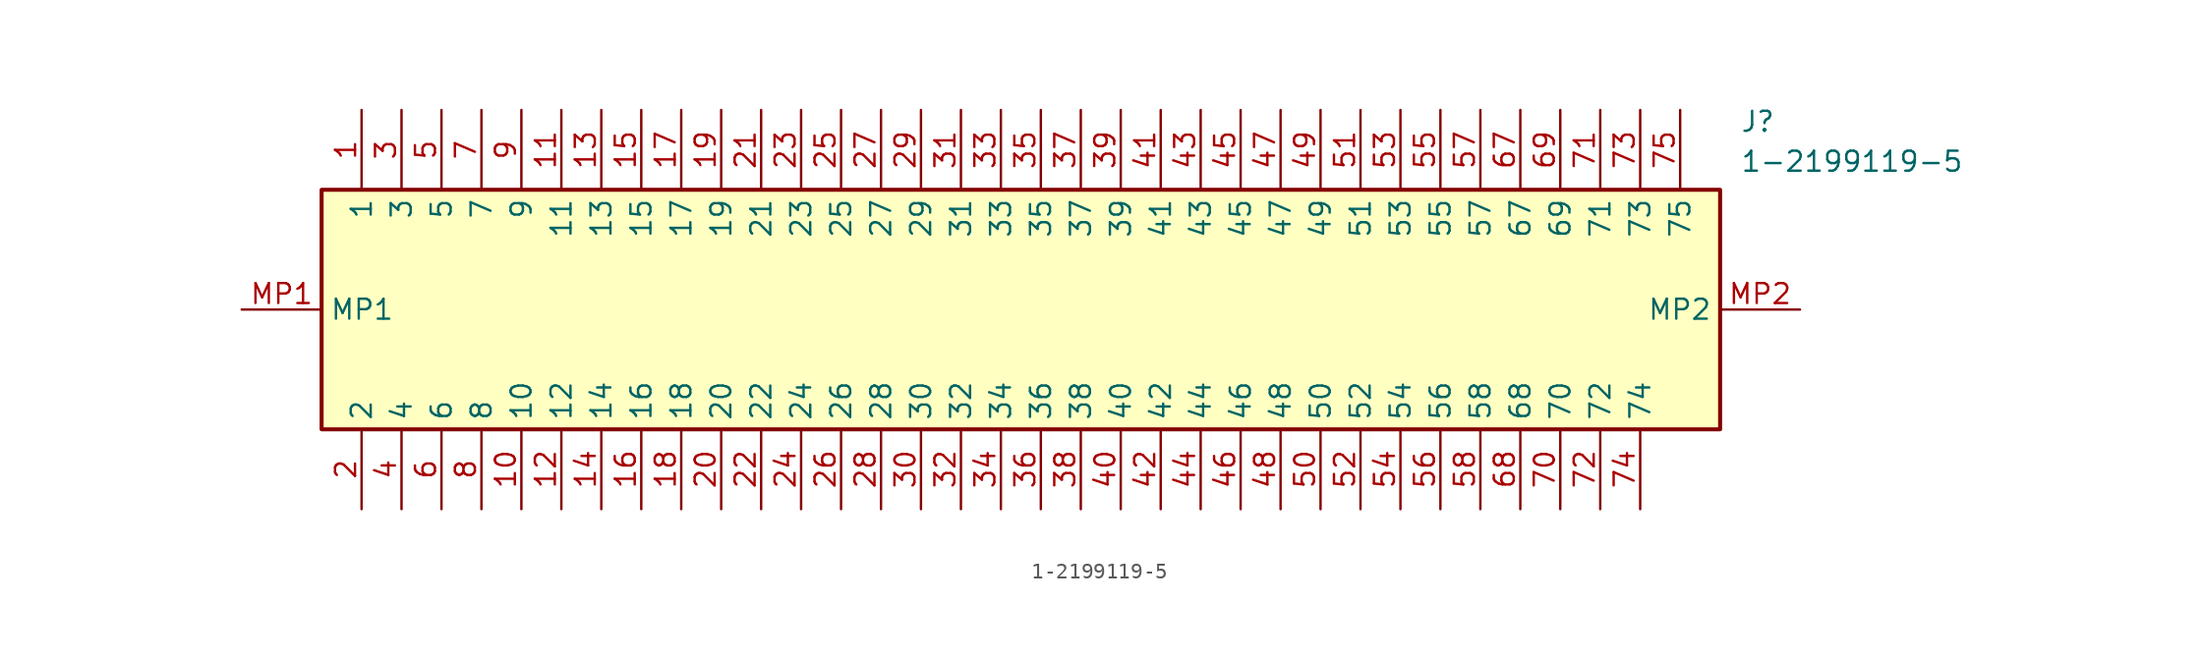
<source format=kicad_sym>
(kicad_symbol_lib
  (version 20211014)
  (generator SamacSys_ECAD_Model)
  (symbol "1-2199119-5"
    (property "Reference" "J"
      (at 95.25 12.7 0)
      (effects (font (size 1.27 1.27)) (justify left top)))
    (property "Value" "1-2199119-5"
      (at 95.25 10.16 0)
      (effects (font (size 1.27 1.27)) (justify left top)))
    (rectangle
      (start 5.08 7.62)
      (end 93.98 -7.62)
      (stroke (width 0.254) (type default))
      (fill (type background)))
    (pin passive line
      (at 7.62 12.7 270)
      (length 5.08)
      (name "1" (effects (font (size 1.27 1.27))))
      (number "1" (effects (font (size 1.27 1.27)))))
    (pin passive line
      (at 7.62 -12.7 90)
      (length 5.08)
      (name "2" (effects (font (size 1.27 1.27))))
      (number "2" (effects (font (size 1.27 1.27)))))
    (pin passive line
      (at 10.16 12.7 270)
      (length 5.08)
      (name "3" (effects (font (size 1.27 1.27))))
      (number "3" (effects (font (size 1.27 1.27)))))
    (pin passive line
      (at 10.16 -12.7 90)
      (length 5.08)
      (name "4" (effects (font (size 1.27 1.27))))
      (number "4" (effects (font (size 1.27 1.27)))))
    (pin passive line
      (at 12.7 12.7 270)
      (length 5.08)
      (name "5" (effects (font (size 1.27 1.27))))
      (number "5" (effects (font (size 1.27 1.27)))))
    (pin passive line
      (at 12.7 -12.7 90)
      (length 5.08)
      (name "6" (effects (font (size 1.27 1.27))))
      (number "6" (effects (font (size 1.27 1.27)))))
    (pin passive line
      (at 15.24 12.7 270)
      (length 5.08)
      (name "7" (effects (font (size 1.27 1.27))))
      (number "7" (effects (font (size 1.27 1.27)))))
    (pin passive line
      (at 15.24 -12.7 90)
      (length 5.08)
      (name "8" (effects (font (size 1.27 1.27))))
      (number "8" (effects (font (size 1.27 1.27)))))
    (pin passive line
      (at 17.78 12.7 270)
      (length 5.08)
      (name "9" (effects (font (size 1.27 1.27))))
      (number "9" (effects (font (size 1.27 1.27)))))
    (pin passive line
      (at 17.78 -12.7 90)
      (length 5.08)
      (name "10" (effects (font (size 1.27 1.27))))
      (number "10" (effects (font (size 1.27 1.27)))))
    (pin passive line
      (at 20.32 12.7 270)
      (length 5.08)
      (name "11" (effects (font (size 1.27 1.27))))
      (number "11" (effects (font (size 1.27 1.27)))))
    (pin passive line
      (at 20.32 -12.7 90)
      (length 5.08)
      (name "12" (effects (font (size 1.27 1.27))))
      (number "12" (effects (font (size 1.27 1.27)))))
    (pin passive line
      (at 22.86 12.7 270)
      (length 5.08)
      (name "13" (effects (font (size 1.27 1.27))))
      (number "13" (effects (font (size 1.27 1.27)))))
    (pin passive line
      (at 22.86 -12.7 90)
      (length 5.08)
      (name "14" (effects (font (size 1.27 1.27))))
      (number "14" (effects (font (size 1.27 1.27)))))
    (pin passive line
      (at 25.4 12.7 270)
      (length 5.08)
      (name "15" (effects (font (size 1.27 1.27))))
      (number "15" (effects (font (size 1.27 1.27)))))
    (pin passive line
      (at 25.4 -12.7 90)
      (length 5.08)
      (name "16" (effects (font (size 1.27 1.27))))
      (number "16" (effects (font (size 1.27 1.27)))))
    (pin passive line
      (at 27.94 12.7 270)
      (length 5.08)
      (name "17" (effects (font (size 1.27 1.27))))
      (number "17" (effects (font (size 1.27 1.27)))))
    (pin passive line
      (at 27.94 -12.7 90)
      (length 5.08)
      (name "18" (effects (font (size 1.27 1.27))))
      (number "18" (effects (font (size 1.27 1.27)))))
    (pin passive line
      (at 30.48 12.7 270)
      (length 5.08)
      (name "19" (effects (font (size 1.27 1.27))))
      (number "19" (effects (font (size 1.27 1.27)))))
    (pin passive line
      (at 30.48 -12.7 90)
      (length 5.08)
      (name "20" (effects (font (size 1.27 1.27))))
      (number "20" (effects (font (size 1.27 1.27)))))
    (pin passive line
      (at 33.02 12.7 270)
      (length 5.08)
      (name "21" (effects (font (size 1.27 1.27))))
      (number "21" (effects (font (size 1.27 1.27)))))
    (pin passive line
      (at 33.02 -12.7 90)
      (length 5.08)
      (name "22" (effects (font (size 1.27 1.27))))
      (number "22" (effects (font (size 1.27 1.27)))))
    (pin passive line
      (at 35.56 12.7 270)
      (length 5.08)
      (name "23" (effects (font (size 1.27 1.27))))
      (number "23" (effects (font (size 1.27 1.27)))))
    (pin passive line
      (at 35.56 -12.7 90)
      (length 5.08)
      (name "24" (effects (font (size 1.27 1.27))))
      (number "24" (effects (font (size 1.27 1.27)))))
    (pin passive line
      (at 38.1 12.7 270)
      (length 5.08)
      (name "25" (effects (font (size 1.27 1.27))))
      (number "25" (effects (font (size 1.27 1.27)))))
    (pin passive line
      (at 38.1 -12.7 90)
      (length 5.08)
      (name "26" (effects (font (size 1.27 1.27))))
      (number "26" (effects (font (size 1.27 1.27)))))
    (pin passive line
      (at 40.64 12.7 270)
      (length 5.08)
      (name "27" (effects (font (size 1.27 1.27))))
      (number "27" (effects (font (size 1.27 1.27)))))
    (pin passive line
      (at 40.64 -12.7 90)
      (length 5.08)
      (name "28" (effects (font (size 1.27 1.27))))
      (number "28" (effects (font (size 1.27 1.27)))))
    (pin passive line
      (at 43.18 12.7 270)
      (length 5.08)
      (name "29" (effects (font (size 1.27 1.27))))
      (number "29" (effects (font (size 1.27 1.27)))))
    (pin passive line
      (at 43.18 -12.7 90)
      (length 5.08)
      (name "30" (effects (font (size 1.27 1.27))))
      (number "30" (effects (font (size 1.27 1.27)))))
    (pin passive line
      (at 45.72 12.7 270)
      (length 5.08)
      (name "31" (effects (font (size 1.27 1.27))))
      (number "31" (effects (font (size 1.27 1.27)))))
    (pin passive line
      (at 45.72 -12.7 90)
      (length 5.08)
      (name "32" (effects (font (size 1.27 1.27))))
      (number "32" (effects (font (size 1.27 1.27)))))
    (pin passive line
      (at 48.26 12.7 270)
      (length 5.08)
      (name "33" (effects (font (size 1.27 1.27))))
      (number "33" (effects (font (size 1.27 1.27)))))
    (pin passive line
      (at 48.26 -12.7 90)
      (length 5.08)
      (name "34" (effects (font (size 1.27 1.27))))
      (number "34" (effects (font (size 1.27 1.27)))))
    (pin passive line
      (at 50.8 12.7 270)
      (length 5.08)
      (name "35" (effects (font (size 1.27 1.27))))
      (number "35" (effects (font (size 1.27 1.27)))))
    (pin passive line
      (at 50.8 -12.7 90)
      (length 5.08)
      (name "36" (effects (font (size 1.27 1.27))))
      (number "36" (effects (font (size 1.27 1.27)))))
    (pin passive line
      (at 53.34 12.7 270)
      (length 5.08)
      (name "37" (effects (font (size 1.27 1.27))))
      (number "37" (effects (font (size 1.27 1.27)))))
    (pin passive line
      (at 53.34 -12.7 90)
      (length 5.08)
      (name "38" (effects (font (size 1.27 1.27))))
      (number "38" (effects (font (size 1.27 1.27)))))
    (pin passive line
      (at 55.88 12.7 270)
      (length 5.08)
      (name "39" (effects (font (size 1.27 1.27))))
      (number "39" (effects (font (size 1.27 1.27)))))
    (pin passive line
      (at 55.88 -12.7 90)
      (length 5.08)
      (name "40" (effects (font (size 1.27 1.27))))
      (number "40" (effects (font (size 1.27 1.27)))))
    (pin passive line
      (at 58.42 12.7 270)
      (length 5.08)
      (name "41" (effects (font (size 1.27 1.27))))
      (number "41" (effects (font (size 1.27 1.27)))))
    (pin passive line
      (at 58.42 -12.7 90)
      (length 5.08)
      (name "42" (effects (font (size 1.27 1.27))))
      (number "42" (effects (font (size 1.27 1.27)))))
    (pin passive line
      (at 60.96 12.7 270)
      (length 5.08)
      (name "43" (effects (font (size 1.27 1.27))))
      (number "43" (effects (font (size 1.27 1.27)))))
    (pin passive line
      (at 60.96 -12.7 90)
      (length 5.08)
      (name "44" (effects (font (size 1.27 1.27))))
      (number "44" (effects (font (size 1.27 1.27)))))
    (pin passive line
      (at 63.5 12.7 270)
      (length 5.08)
      (name "45" (effects (font (size 1.27 1.27))))
      (number "45" (effects (font (size 1.27 1.27)))))
    (pin passive line
      (at 63.5 -12.7 90)
      (length 5.08)
      (name "46" (effects (font (size 1.27 1.27))))
      (number "46" (effects (font (size 1.27 1.27)))))
    (pin passive line
      (at 66.04 12.7 270)
      (length 5.08)
      (name "47" (effects (font (size 1.27 1.27))))
      (number "47" (effects (font (size 1.27 1.27)))))
    (pin passive line
      (at 66.04 -12.7 90)
      (length 5.08)
      (name "48" (effects (font (size 1.27 1.27))))
      (number "48" (effects (font (size 1.27 1.27)))))
    (pin passive line
      (at 68.58 12.7 270)
      (length 5.08)
      (name "49" (effects (font (size 1.27 1.27))))
      (number "49" (effects (font (size 1.27 1.27)))))
    (pin passive line
      (at 68.58 -12.7 90)
      (length 5.08)
      (name "50" (effects (font (size 1.27 1.27))))
      (number "50" (effects (font (size 1.27 1.27)))))
    (pin passive line
      (at 71.12 12.7 270)
      (length 5.08)
      (name "51" (effects (font (size 1.27 1.27))))
      (number "51" (effects (font (size 1.27 1.27)))))
    (pin passive line
      (at 71.12 -12.7 90)
      (length 5.08)
      (name "52" (effects (font (size 1.27 1.27))))
      (number "52" (effects (font (size 1.27 1.27)))))
    (pin passive line
      (at 73.66 12.7 270)
      (length 5.08)
      (name "53" (effects (font (size 1.27 1.27))))
      (number "53" (effects (font (size 1.27 1.27)))))
    (pin passive line
      (at 73.66 -12.7 90)
      (length 5.08)
      (name "54" (effects (font (size 1.27 1.27))))
      (number "54" (effects (font (size 1.27 1.27)))))
    (pin passive line
      (at 76.2 12.7 270)
      (length 5.08)
      (name "55" (effects (font (size 1.27 1.27))))
      (number "55" (effects (font (size 1.27 1.27)))))
    (pin passive line
      (at 76.2 -12.7 90)
      (length 5.08)
      (name "56" (effects (font (size 1.27 1.27))))
      (number "56" (effects (font (size 1.27 1.27)))))
    (pin passive line
      (at 78.74 12.7 270)
      (length 5.08)
      (name "57" (effects (font (size 1.27 1.27))))
      (number "57" (effects (font (size 1.27 1.27)))))
    (pin passive line
      (at 78.74 -12.7 90)
      (length 5.08)
      (name "58" (effects (font (size 1.27 1.27))))
      (number "58" (effects (font (size 1.27 1.27)))))
    (pin passive line
      (at 81.28 12.7 270)
      (length 5.08)
      (name "67" (effects (font (size 1.27 1.27))))
      (number "67" (effects (font (size 1.27 1.27)))))
    (pin passive line
      (at 81.28 -12.7 90)
      (length 5.08)
      (name "68" (effects (font (size 1.27 1.27))))
      (number "68" (effects (font (size 1.27 1.27)))))
    (pin passive line
      (at 83.82 12.7 270)
      (length 5.08)
      (name "69" (effects (font (size 1.27 1.27))))
      (number "69" (effects (font (size 1.27 1.27)))))
    (pin passive line
      (at 83.82 -12.7 90)
      (length 5.08)
      (name "70" (effects (font (size 1.27 1.27))))
      (number "70" (effects (font (size 1.27 1.27)))))
    (pin passive line
      (at 86.36 12.7 270)
      (length 5.08)
      (name "71" (effects (font (size 1.27 1.27))))
      (number "71" (effects (font (size 1.27 1.27)))))
    (pin passive line
      (at 86.36 -12.7 90)
      (length 5.08)
      (name "72" (effects (font (size 1.27 1.27))))
      (number "72" (effects (font (size 1.27 1.27)))))
    (pin passive line
      (at 88.9 12.7 270)
      (length 5.08)
      (name "73" (effects (font (size 1.27 1.27))))
      (number "73" (effects (font (size 1.27 1.27)))))
    (pin passive line
      (at 88.9 -12.7 90)
      (length 5.08)
      (name "74" (effects (font (size 1.27 1.27))))
      (number "74" (effects (font (size 1.27 1.27)))))
    (pin passive line
      (at 91.44 12.7 270)
      (length 5.08)
      (name "75" (effects (font (size 1.27 1.27))))
      (number "75" (effects (font (size 1.27 1.27)))))
    (pin passive line
      (at 0 0 0)
      (length 5.08)
      (name "MP1" (effects (font (size 1.27 1.27))))
      (number "MP1" (effects (font (size 1.27 1.27)))))
    (pin passive line
      (at 99.06 0 180)
      (length 5.08)
      (name "MP2" (effects (font (size 1.27 1.27))))
      (number "MP2" (effects (font (size 1.27 1.27)))))))
</source>
